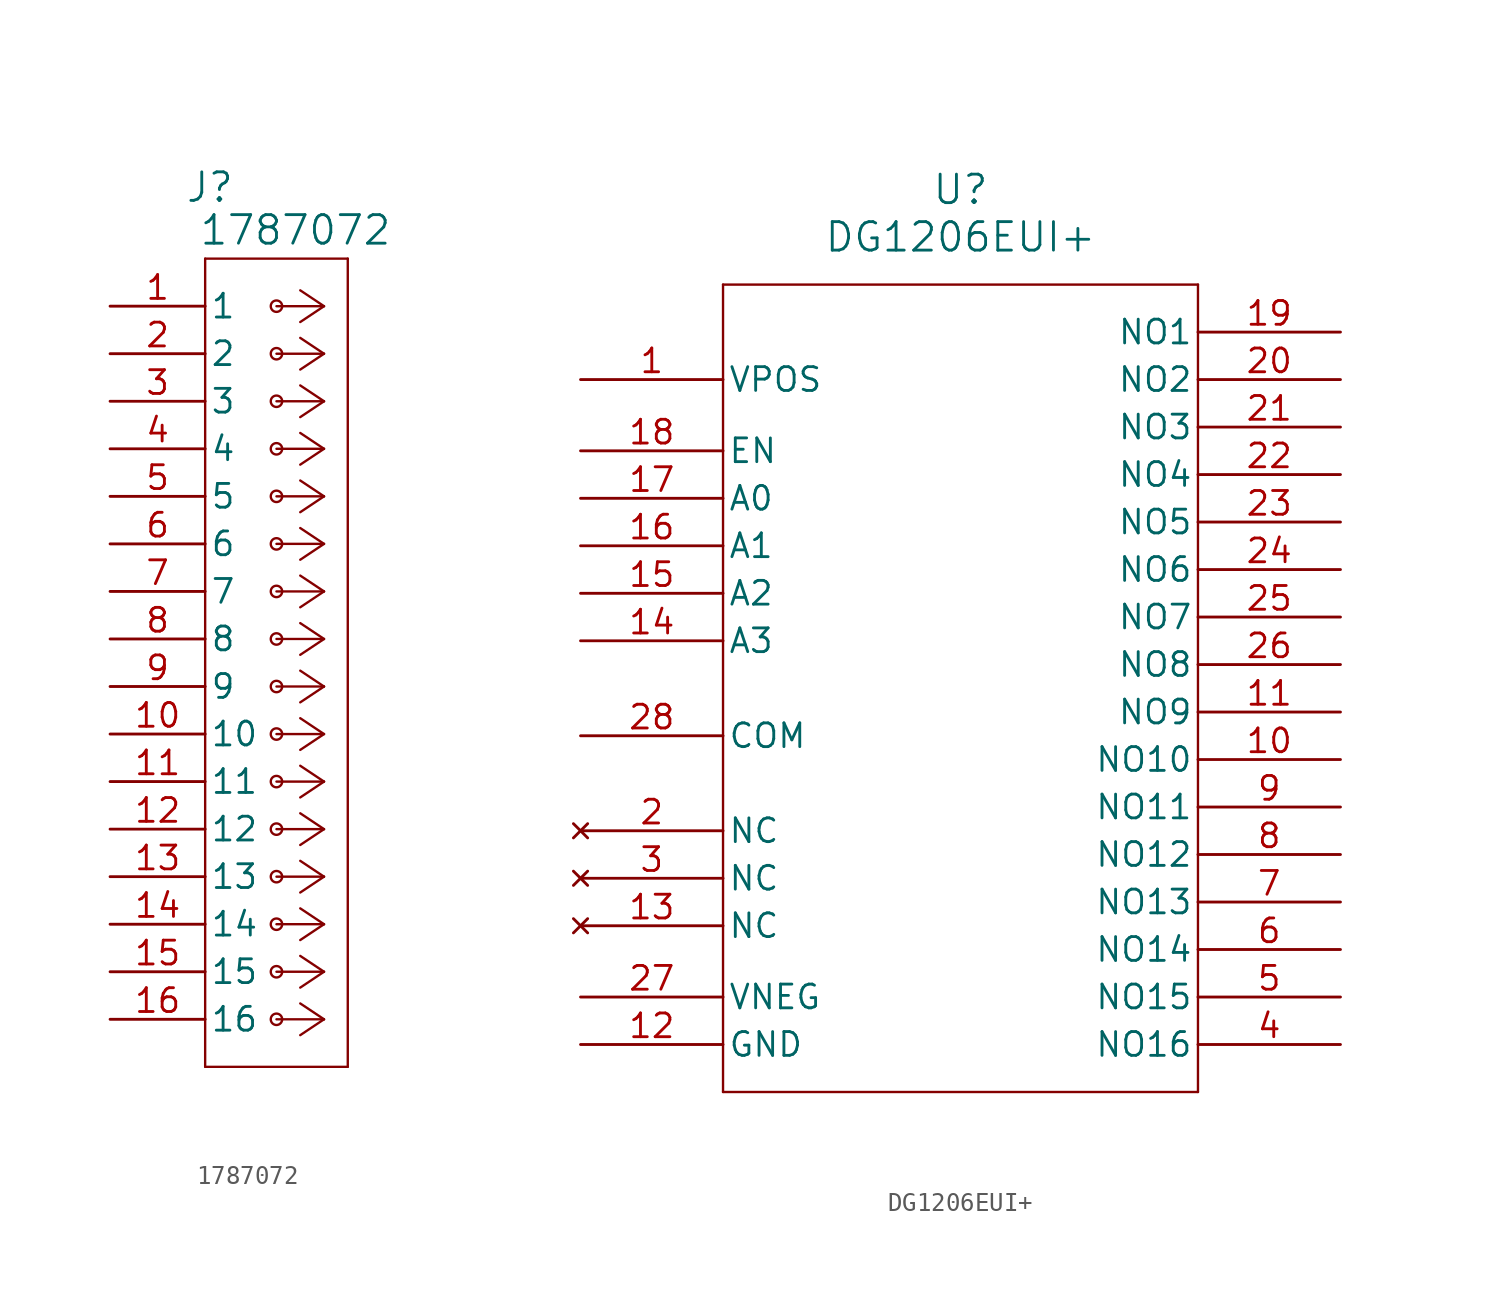
<source format=kicad_sym>
(kicad_symbol_lib
  (version 20241209)
  (generator "kicad_symbol_editor")
  (generator_version "9.0")
  (symbol "1787072"
    (pin_names
      (offset 0.254))
    (property "Reference" "J"
      (at 5.334 6.35 0)
      (effects (font (size 1.524 1.524))))
    (property "Value" "1787072"
      (at 9.906 4.064 0)
      (effects (font (size 1.524 1.524))))
    (symbol "1787072_0_1"
      (polyline (pts (xy 5.08 2.54) (xy 5.08 -40.64)) (stroke (width 0.127) (type default)) (fill (type none)))
      (polyline (pts (xy 5.08 -40.64) (xy 12.7 -40.64)) (stroke (width 0.127) (type default)) (fill (type none)))
      (circle (center 8.89 0) (radius 0.305) (stroke (width 0.127) (type default)) (fill (type none)))
      (circle (center 8.89 -2.54) (radius 0.305) (stroke (width 0.127) (type default)) (fill (type none)))
      (circle (center 8.89 -5.08) (radius 0.305) (stroke (width 0.127) (type default)) (fill (type none)))
      (circle (center 8.89 -7.62) (radius 0.305) (stroke (width 0.127) (type default)) (fill (type none)))
      (circle (center 8.89 -10.16) (radius 0.305) (stroke (width 0.127) (type default)) (fill (type none)))
      (circle (center 8.89 -12.7) (radius 0.305) (stroke (width 0.127) (type default)) (fill (type none)))
      (circle (center 8.89 -15.24) (radius 0.305) (stroke (width 0.127) (type default)) (fill (type none)))
      (circle (center 8.89 -17.78) (radius 0.305) (stroke (width 0.127) (type default)) (fill (type none)))
      (circle (center 8.89 -20.32) (radius 0.305) (stroke (width 0.127) (type default)) (fill (type none)))
      (circle (center 8.89 -22.86) (radius 0.305) (stroke (width 0.127) (type default)) (fill (type none)))
      (circle (center 8.89 -25.4) (radius 0.305) (stroke (width 0.127) (type default)) (fill (type none)))
      (circle (center 8.89 -27.94) (radius 0.305) (stroke (width 0.127) (type default)) (fill (type none)))
      (circle (center 8.89 -30.48) (radius 0.305) (stroke (width 0.127) (type default)) (fill (type none)))
      (circle (center 8.89 -33.02) (radius 0.305) (stroke (width 0.127) (type default)) (fill (type none)))
      (circle (center 8.89 -35.56) (radius 0.305) (stroke (width 0.127) (type default)) (fill (type none)))
      (circle (center 8.89 -38.1) (radius 0.305) (stroke (width 0.127) (type default)) (fill (type none)))
      (polyline (pts (xy 11.43 0) (xy 8.89 0)) (stroke (width 0.127) (type default)) (fill (type none)))
      (polyline (pts (xy 11.43 0) (xy 10.16 0.847)) (stroke (width 0.127) (type default)) (fill (type none)))
      (polyline (pts (xy 11.43 0) (xy 10.16 -0.847)) (stroke (width 0.127) (type default)) (fill (type none)))
      (polyline (pts (xy 11.43 -2.54) (xy 8.89 -2.54)) (stroke (width 0.127) (type default)) (fill (type none)))
      (polyline (pts (xy 11.43 -2.54) (xy 10.16 -1.693)) (stroke (width 0.127) (type default)) (fill (type none)))
      (polyline (pts (xy 11.43 -2.54) (xy 10.16 -3.387)) (stroke (width 0.127) (type default)) (fill (type none)))
      (polyline (pts (xy 11.43 -5.08) (xy 8.89 -5.08)) (stroke (width 0.127) (type default)) (fill (type none)))
      (polyline (pts (xy 11.43 -5.08) (xy 10.16 -4.233)) (stroke (width 0.127) (type default)) (fill (type none)))
      (polyline (pts (xy 11.43 -5.08) (xy 10.16 -5.927)) (stroke (width 0.127) (type default)) (fill (type none)))
      (polyline (pts (xy 11.43 -7.62) (xy 8.89 -7.62)) (stroke (width 0.127) (type default)) (fill (type none)))
      (polyline (pts (xy 11.43 -7.62) (xy 10.16 -6.773)) (stroke (width 0.127) (type default)) (fill (type none)))
      (polyline (pts (xy 11.43 -7.62) (xy 10.16 -8.467)) (stroke (width 0.127) (type default)) (fill (type none)))
      (polyline (pts (xy 11.43 -10.16) (xy 8.89 -10.16)) (stroke (width 0.127) (type default)) (fill (type none)))
      (polyline (pts (xy 11.43 -10.16) (xy 10.16 -9.313)) (stroke (width 0.127) (type default)) (fill (type none)))
      (polyline (pts (xy 11.43 -10.16) (xy 10.16 -11.007)) (stroke (width 0.127) (type default)) (fill (type none)))
      (polyline (pts (xy 11.43 -12.7) (xy 8.89 -12.7)) (stroke (width 0.127) (type default)) (fill (type none)))
      (polyline (pts (xy 11.43 -12.7) (xy 10.16 -11.853)) (stroke (width 0.127) (type default)) (fill (type none)))
      (polyline (pts (xy 11.43 -12.7) (xy 10.16 -13.547)) (stroke (width 0.127) (type default)) (fill (type none)))
      (polyline (pts (xy 11.43 -15.24) (xy 8.89 -15.24)) (stroke (width 0.127) (type default)) (fill (type none)))
      (polyline (pts (xy 11.43 -15.24) (xy 10.16 -14.393)) (stroke (width 0.127) (type default)) (fill (type none)))
      (polyline (pts (xy 11.43 -15.24) (xy 10.16 -16.087)) (stroke (width 0.127) (type default)) (fill (type none)))
      (polyline (pts (xy 11.43 -17.78) (xy 8.89 -17.78)) (stroke (width 0.127) (type default)) (fill (type none)))
      (polyline (pts (xy 11.43 -17.78) (xy 10.16 -16.933)) (stroke (width 0.127) (type default)) (fill (type none)))
      (polyline (pts (xy 11.43 -17.78) (xy 10.16 -18.627)) (stroke (width 0.127) (type default)) (fill (type none)))
      (polyline (pts (xy 11.43 -20.32) (xy 8.89 -20.32)) (stroke (width 0.127) (type default)) (fill (type none)))
      (polyline (pts (xy 11.43 -20.32) (xy 10.16 -19.473)) (stroke (width 0.127) (type default)) (fill (type none)))
      (polyline (pts (xy 11.43 -20.32) (xy 10.16 -21.167)) (stroke (width 0.127) (type default)) (fill (type none)))
      (polyline (pts (xy 11.43 -22.86) (xy 8.89 -22.86)) (stroke (width 0.127) (type default)) (fill (type none)))
      (polyline (pts (xy 11.43 -22.86) (xy 10.16 -22.013)) (stroke (width 0.127) (type default)) (fill (type none)))
      (polyline (pts (xy 11.43 -22.86) (xy 10.16 -23.707)) (stroke (width 0.127) (type default)) (fill (type none)))
      (polyline (pts (xy 11.43 -25.4) (xy 8.89 -25.4)) (stroke (width 0.127) (type default)) (fill (type none)))
      (polyline (pts (xy 11.43 -25.4) (xy 10.16 -24.553)) (stroke (width 0.127) (type default)) (fill (type none)))
      (polyline (pts (xy 11.43 -25.4) (xy 10.16 -26.247)) (stroke (width 0.127) (type default)) (fill (type none)))
      (polyline (pts (xy 11.43 -27.94) (xy 8.89 -27.94)) (stroke (width 0.127) (type default)) (fill (type none)))
      (polyline (pts (xy 11.43 -27.94) (xy 10.16 -27.093)) (stroke (width 0.127) (type default)) (fill (type none)))
      (polyline (pts (xy 11.43 -27.94) (xy 10.16 -28.787)) (stroke (width 0.127) (type default)) (fill (type none)))
      (polyline (pts (xy 11.43 -30.48) (xy 8.89 -30.48)) (stroke (width 0.127) (type default)) (fill (type none)))
      (polyline (pts (xy 11.43 -30.48) (xy 10.16 -29.633)) (stroke (width 0.127) (type default)) (fill (type none)))
      (polyline (pts (xy 11.43 -30.48) (xy 10.16 -31.327)) (stroke (width 0.127) (type default)) (fill (type none)))
      (polyline (pts (xy 11.43 -33.02) (xy 8.89 -33.02)) (stroke (width 0.127) (type default)) (fill (type none)))
      (polyline (pts (xy 11.43 -33.02) (xy 10.16 -32.173)) (stroke (width 0.127) (type default)) (fill (type none)))
      (polyline (pts (xy 11.43 -33.02) (xy 10.16 -33.867)) (stroke (width 0.127) (type default)) (fill (type none)))
      (polyline (pts (xy 11.43 -35.56) (xy 8.89 -35.56)) (stroke (width 0.127) (type default)) (fill (type none)))
      (polyline (pts (xy 11.43 -35.56) (xy 10.16 -34.713)) (stroke (width 0.127) (type default)) (fill (type none)))
      (polyline (pts (xy 11.43 -35.56) (xy 10.16 -36.407)) (stroke (width 0.127) (type default)) (fill (type none)))
      (polyline (pts (xy 11.43 -38.1) (xy 8.89 -38.1)) (stroke (width 0.127) (type default)) (fill (type none)))
      (polyline (pts (xy 11.43 -38.1) (xy 10.16 -37.253)) (stroke (width 0.127) (type default)) (fill (type none)))
      (polyline (pts (xy 11.43 -38.1) (xy 10.16 -38.947)) (stroke (width 0.127) (type default)) (fill (type none)))
      (polyline (pts (xy 12.7 2.54) (xy 5.08 2.54)) (stroke (width 0.127) (type default)) (fill (type none)))
      (polyline (pts (xy 12.7 -40.64) (xy 12.7 2.54)) (stroke (width 0.127) (type default)) (fill (type none)))
      (pin unspecified line (at 0 0 0) (length 5.08) (name "1" (effects (font (size 1.27 1.27)))) (number "1" (effects (font (size 1.27 1.27)))))
      (pin unspecified line (at 0 -2.54 0) (length 5.08) (name "2" (effects (font (size 1.27 1.27)))) (number "2" (effects (font (size 1.27 1.27)))))
      (pin unspecified line (at 0 -5.08 0) (length 5.08) (name "3" (effects (font (size 1.27 1.27)))) (number "3" (effects (font (size 1.27 1.27)))))
      (pin unspecified line (at 0 -7.62 0) (length 5.08) (name "4" (effects (font (size 1.27 1.27)))) (number "4" (effects (font (size 1.27 1.27)))))
      (pin unspecified line (at 0 -10.16 0) (length 5.08) (name "5" (effects (font (size 1.27 1.27)))) (number "5" (effects (font (size 1.27 1.27)))))
      (pin unspecified line (at 0 -12.7 0) (length 5.08) (name "6" (effects (font (size 1.27 1.27)))) (number "6" (effects (font (size 1.27 1.27)))))
      (pin unspecified line (at 0 -15.24 0) (length 5.08) (name "7" (effects (font (size 1.27 1.27)))) (number "7" (effects (font (size 1.27 1.27)))))
      (pin unspecified line (at 0 -17.78 0) (length 5.08) (name "8" (effects (font (size 1.27 1.27)))) (number "8" (effects (font (size 1.27 1.27)))))
      (pin unspecified line (at 0 -20.32 0) (length 5.08) (name "9" (effects (font (size 1.27 1.27)))) (number "9" (effects (font (size 1.27 1.27)))))
      (pin unspecified line (at 0 -22.86 0) (length 5.08) (name "10" (effects (font (size 1.27 1.27)))) (number "10" (effects (font (size 1.27 1.27)))))
      (pin unspecified line (at 0 -25.4 0) (length 5.08) (name "11" (effects (font (size 1.27 1.27)))) (number "11" (effects (font (size 1.27 1.27)))))
      (pin unspecified line (at 0 -27.94 0) (length 5.08) (name "12" (effects (font (size 1.27 1.27)))) (number "12" (effects (font (size 1.27 1.27)))))
      (pin unspecified line (at 0 -30.48 0) (length 5.08) (name "13" (effects (font (size 1.27 1.27)))) (number "13" (effects (font (size 1.27 1.27)))))
      (pin unspecified line (at 0 -33.02 0) (length 5.08) (name "14" (effects (font (size 1.27 1.27)))) (number "14" (effects (font (size 1.27 1.27)))))
      (pin unspecified line (at 0 -35.56 0) (length 5.08) (name "15" (effects (font (size 1.27 1.27)))) (number "15" (effects (font (size 1.27 1.27)))))
      (pin unspecified line (at 0 -38.1 0) (length 5.08) (name "16" (effects (font (size 1.27 1.27)))) (number "16" (effects (font (size 1.27 1.27)))))))
  (symbol "DG1206EUI+"
    (pin_names
      (offset 0.254))
    (property "Reference" "U"
      (at 20.32 10.16 0)
      (effects (font (size 1.524 1.524))))
    (property "Value" "DG1206EUI+"
      (at 20.32 7.62 0)
      (effects (font (size 1.524 1.524))))
    (symbol "DG1206EUI+_0_1"
      (polyline (pts (xy 7.62 5.08) (xy 7.62 -38.1)) (stroke (width 0.127) (type default)) (fill (type none)))
      (polyline (pts (xy 7.62 -38.1) (xy 33.02 -38.1)) (stroke (width 0.127) (type default)) (fill (type none)))
      (polyline (pts (xy 33.02 5.08) (xy 7.62 5.08)) (stroke (width 0.127) (type default)) (fill (type none)))
      (polyline (pts (xy 33.02 -38.1) (xy 33.02 5.08)) (stroke (width 0.127) (type default)) (fill (type none)))
      (pin power_in line (at 0 0 0) (length 7.62) (name "VPOS" (effects (font (size 1.27 1.27)))) (number "1" (effects (font (size 1.27 1.27)))))
      (pin input line (at 0 -3.81 0) (length 7.62) (name "EN" (effects (font (size 1.27 1.27)))) (number "18" (effects (font (size 1.27 1.27)))))
      (pin input line (at 0 -6.35 0) (length 7.62) (name "A0" (effects (font (size 1.27 1.27)))) (number "17" (effects (font (size 1.27 1.27)))))
      (pin input line (at 0 -8.89 0) (length 7.62) (name "A1" (effects (font (size 1.27 1.27)))) (number "16" (effects (font (size 1.27 1.27)))))
      (pin input line (at 0 -11.43 0) (length 7.62) (name "A2" (effects (font (size 1.27 1.27)))) (number "15" (effects (font (size 1.27 1.27)))))
      (pin input line (at 0 -13.97 0) (length 7.62) (name "A3" (effects (font (size 1.27 1.27)))) (number "14" (effects (font (size 1.27 1.27)))))
      (pin bidirectional line (at 0 -19.05 0) (length 7.62) (name "COM" (effects (font (size 1.27 1.27)))) (number "28" (effects (font (size 1.27 1.27)))))
      (pin no_connect line (at 0 -24.13 0) (length 7.62) (name "NC" (effects (font (size 1.27 1.27)))) (number "2" (effects (font (size 1.27 1.27)))))
      (pin no_connect line (at 0 -26.67 0) (length 7.62) (name "NC" (effects (font (size 1.27 1.27)))) (number "3" (effects (font (size 1.27 1.27)))))
      (pin no_connect line (at 0 -29.21 0) (length 7.62) (name "NC" (effects (font (size 1.27 1.27)))) (number "13" (effects (font (size 1.27 1.27)))))
      (pin power_in line (at 0 -33.02 0) (length 7.62) (name "VNEG" (effects (font (size 1.27 1.27)))) (number "27" (effects (font (size 1.27 1.27)))))
      (pin power_in line (at 0 -35.56 0) (length 7.62) (name "GND" (effects (font (size 1.27 1.27)))) (number "12" (effects (font (size 1.27 1.27)))))
      (pin bidirectional line (at 40.64 2.54 180) (length 7.62) (name "NO1" (effects (font (size 1.27 1.27)))) (number "19" (effects (font (size 1.27 1.27)))))
      (pin bidirectional line (at 40.64 0 180) (length 7.62) (name "NO2" (effects (font (size 1.27 1.27)))) (number "20" (effects (font (size 1.27 1.27)))))
      (pin bidirectional line (at 40.64 -2.54 180) (length 7.62) (name "NO3" (effects (font (size 1.27 1.27)))) (number "21" (effects (font (size 1.27 1.27)))))
      (pin bidirectional line (at 40.64 -5.08 180) (length 7.62) (name "NO4" (effects (font (size 1.27 1.27)))) (number "22" (effects (font (size 1.27 1.27)))))
      (pin bidirectional line (at 40.64 -7.62 180) (length 7.62) (name "NO5" (effects (font (size 1.27 1.27)))) (number "23" (effects (font (size 1.27 1.27)))))
      (pin bidirectional line (at 40.64 -10.16 180) (length 7.62) (name "NO6" (effects (font (size 1.27 1.27)))) (number "24" (effects (font (size 1.27 1.27)))))
      (pin bidirectional line (at 40.64 -12.7 180) (length 7.62) (name "NO7" (effects (font (size 1.27 1.27)))) (number "25" (effects (font (size 1.27 1.27)))))
      (pin bidirectional line (at 40.64 -15.24 180) (length 7.62) (name "NO8" (effects (font (size 1.27 1.27)))) (number "26" (effects (font (size 1.27 1.27)))))
      (pin bidirectional line (at 40.64 -17.78 180) (length 7.62) (name "NO9" (effects (font (size 1.27 1.27)))) (number "11" (effects (font (size 1.27 1.27)))))
      (pin bidirectional line (at 40.64 -20.32 180) (length 7.62) (name "NO10" (effects (font (size 1.27 1.27)))) (number "10" (effects (font (size 1.27 1.27)))))
      (pin bidirectional line (at 40.64 -22.86 180) (length 7.62) (name "NO11" (effects (font (size 1.27 1.27)))) (number "9" (effects (font (size 1.27 1.27)))))
      (pin bidirectional line (at 40.64 -25.4 180) (length 7.62) (name "NO12" (effects (font (size 1.27 1.27)))) (number "8" (effects (font (size 1.27 1.27)))))
      (pin bidirectional line (at 40.64 -27.94 180) (length 7.62) (name "NO13" (effects (font (size 1.27 1.27)))) (number "7" (effects (font (size 1.27 1.27)))))
      (pin bidirectional line (at 40.64 -30.48 180) (length 7.62) (name "NO14" (effects (font (size 1.27 1.27)))) (number "6" (effects (font (size 1.27 1.27)))))
      (pin bidirectional line (at 40.64 -33.02 180) (length 7.62) (name "NO15" (effects (font (size 1.27 1.27)))) (number "5" (effects (font (size 1.27 1.27)))))
      (pin bidirectional line (at 40.64 -35.56 180) (length 7.62) (name "NO16" (effects (font (size 1.27 1.27)))) (number "4" (effects (font (size 1.27 1.27))))))))
</source>
